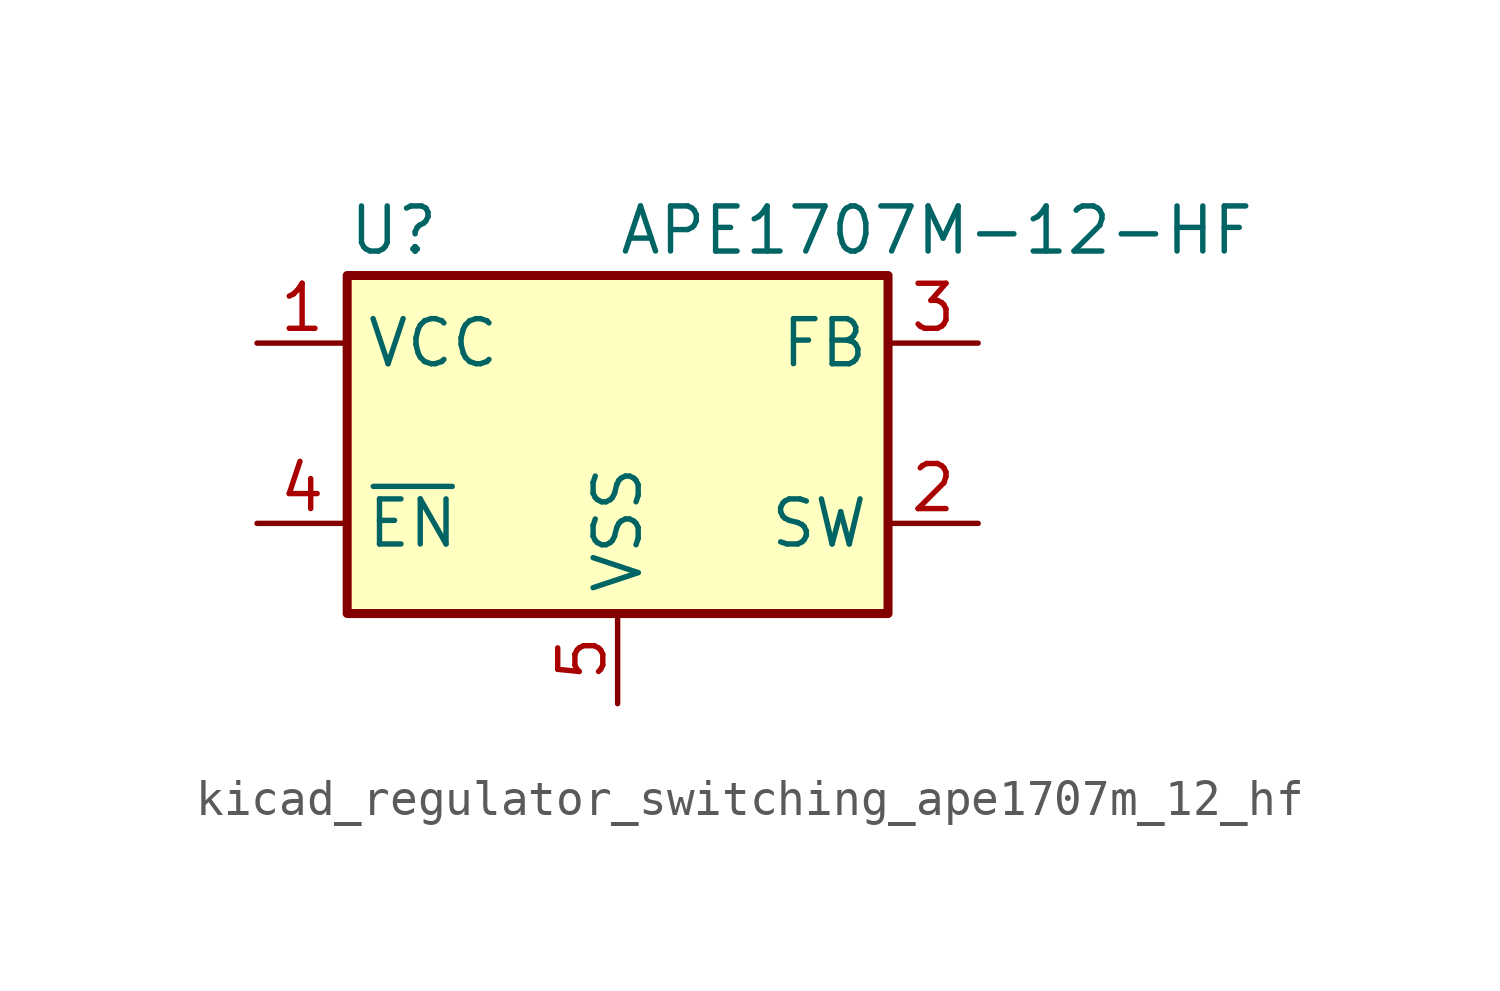
<source format=kicad_sym>
(kicad_symbol_lib
  (version 20220914)
  (generator kicad_symbol_editor)
  (symbol "kicad_regulator_switching_ape1707m_12_hf"
    (property "Reference" "U"
      (at -7.62 5.715 0)
      (effects (font (size 1.27 1.27)) (justify left)))
    (property "Value" "APE1707M-12-HF"
      (at 0 5.715 0)
      (effects (font (size 1.27 1.27)) (justify left)))
    (symbol "kicad_regulator_switching_ape1707m_12_hf_0_1"
      (rectangle (start -7.62 4.445) (end 7.62 -5.08) (stroke (width 0.254) (type default)) (fill (type background))))
    (symbol "kicad_regulator_switching_ape1707m_12_hf_1_1"
      (pin power_in line (at -10.16 2.54 0) (length 2.54) (name "VCC" (effects (font (size 1.27 1.27)))) (number "1" (effects (font (size 1.27 1.27)))))
      (pin output line (at 10.16 -2.54 180) (length 2.54) (name "SW" (effects (font (size 1.27 1.27)))) (number "2" (effects (font (size 1.27 1.27)))))
      (pin input line (at 10.16 2.54 180) (length 2.54) (name "FB" (effects (font (size 1.27 1.27)))) (number "3" (effects (font (size 1.27 1.27)))))
      (pin input line (at -10.16 -2.54 0) (length 2.54) (name "~{EN}" (effects (font (size 1.27 1.27)))) (number "4" (effects (font (size 1.27 1.27)))))
      (pin power_in line (at 0 -7.62 90) (length 2.54) (name "VSS" (effects (font (size 1.27 1.27)))) (number "5" (effects (font (size 1.27 1.27)))))
      (pin passive line (at 0 -7.62 90) (length 2.54) hide (name "VSS" (effects (font (size 1.27 1.27)))) (number "6" (effects (font (size 1.27 1.27)))))
      (pin passive line (at 0 -7.62 90) (length 2.54) hide (name "VSS" (effects (font (size 1.27 1.27)))) (number "7" (effects (font (size 1.27 1.27)))))
      (pin passive line (at 0 -7.62 90) (length 2.54) hide (name "VSS" (effects (font (size 1.27 1.27)))) (number "8" (effects (font (size 1.27 1.27))))))))
</source>
